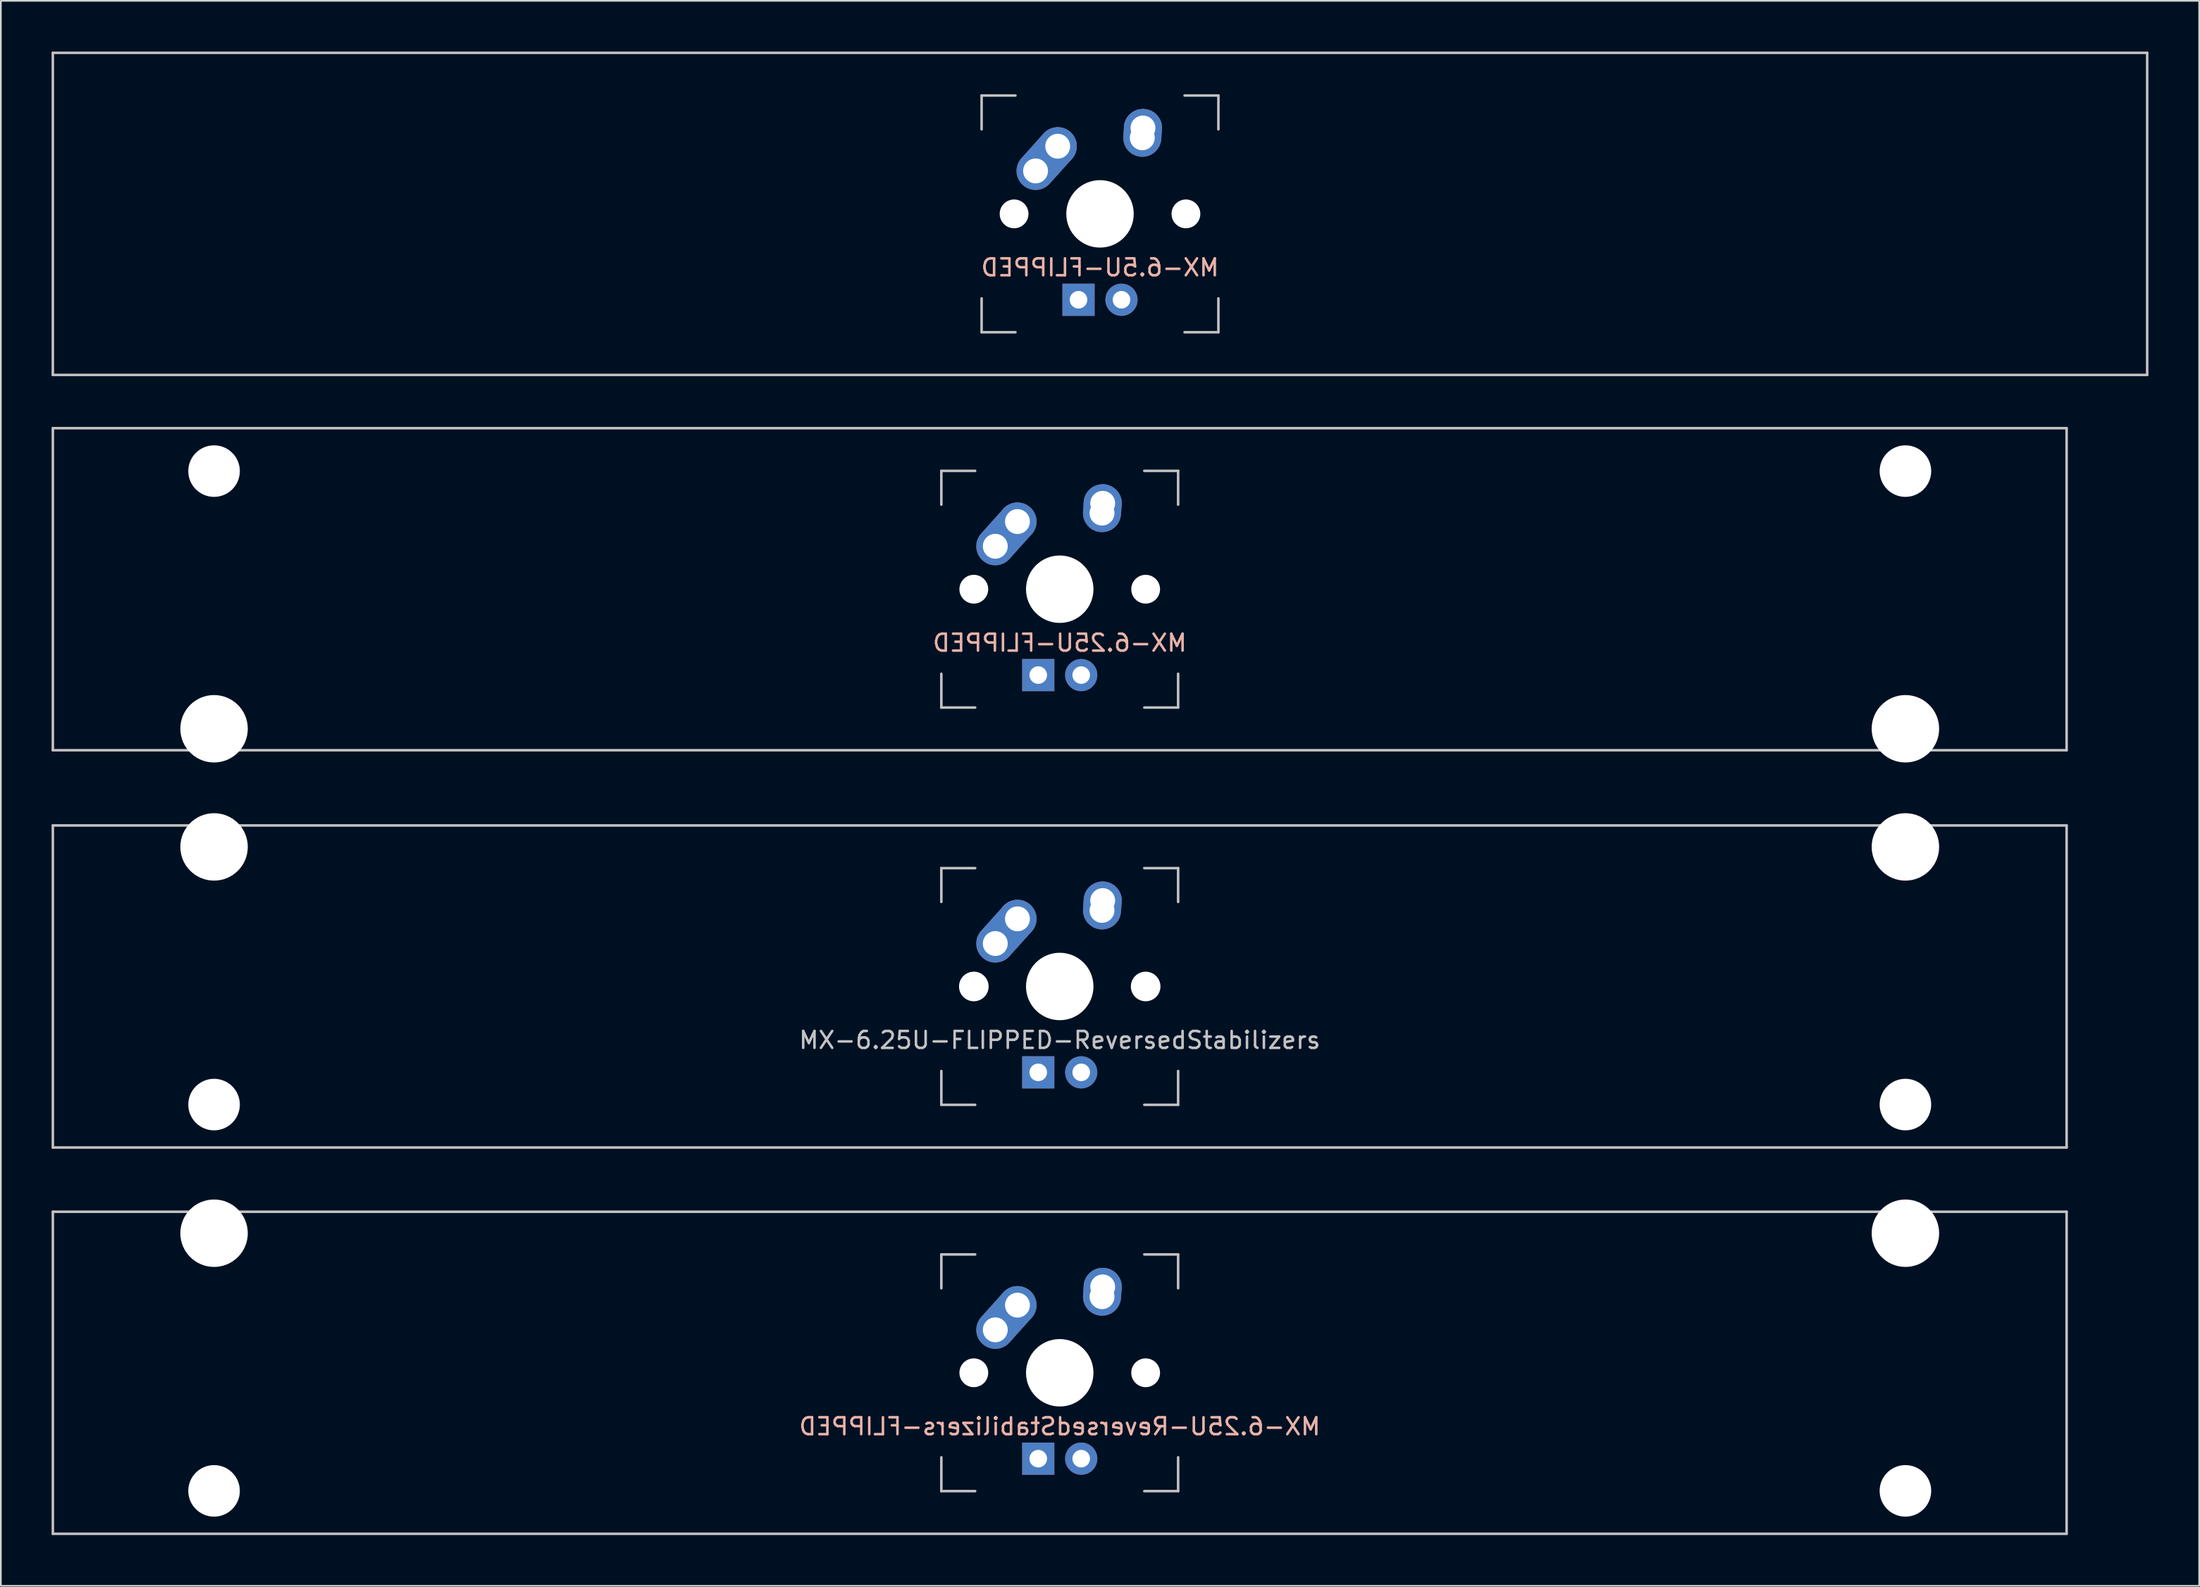
<source format=kicad_pcb>
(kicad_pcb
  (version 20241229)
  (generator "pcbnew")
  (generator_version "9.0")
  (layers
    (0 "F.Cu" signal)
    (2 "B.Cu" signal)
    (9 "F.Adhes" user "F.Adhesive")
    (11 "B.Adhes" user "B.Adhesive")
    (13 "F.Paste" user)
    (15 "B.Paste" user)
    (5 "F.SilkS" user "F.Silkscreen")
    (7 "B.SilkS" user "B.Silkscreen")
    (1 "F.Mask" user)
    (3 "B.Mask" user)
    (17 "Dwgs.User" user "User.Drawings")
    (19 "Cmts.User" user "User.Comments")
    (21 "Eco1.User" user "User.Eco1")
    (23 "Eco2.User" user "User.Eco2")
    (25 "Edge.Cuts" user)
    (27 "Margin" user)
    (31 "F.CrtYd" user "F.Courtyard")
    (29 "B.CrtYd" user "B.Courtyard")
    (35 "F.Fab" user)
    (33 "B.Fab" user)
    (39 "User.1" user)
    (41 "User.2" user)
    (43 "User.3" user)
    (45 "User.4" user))
  (footprint "MX-6.25U-ReversedStabilizers-FLIPPED"
    (layer "F.Cu")
    (at 59.606 78.147)
    (property "Reference" "MX-6.25U-ReversedStabilizers-FLIPPED" (at 0 3.175 0) (layer "B.SilkS") (effects (font (size 1 1) (thickness 0.15)) (justify mirror)))
    (attr through_hole)
    (fp_line (start -59.531 -9.525) (end 59.531 -9.525) (stroke (width 0.15) (type solid)) (layer "Dwgs.User"))
    (fp_line (start -59.531 9.525) (end -59.531 -9.525) (stroke (width 0.15) (type solid)) (layer "Dwgs.User"))
    (fp_line (start -59.531 9.525) (end 59.531 9.525) (stroke (width 0.15) (type solid)) (layer "Dwgs.User"))
    (fp_line (start -7 -7) (end -7 -5) (stroke (width 0.15) (type solid)) (layer "Dwgs.User"))
    (fp_line (start -7 5) (end -7 7) (stroke (width 0.15) (type solid)) (layer "Dwgs.User"))
    (fp_line (start -7 7) (end -5 7) (stroke (width 0.15) (type solid)) (layer "Dwgs.User"))
    (fp_line (start -5 -7) (end -7 -7) (stroke (width 0.15) (type solid)) (layer "Dwgs.User"))
    (fp_line (start 5 -7) (end 7 -7) (stroke (width 0.15) (type solid)) (layer "Dwgs.User"))
    (fp_line (start 5 7) (end 7 7) (stroke (width 0.15) (type solid)) (layer "Dwgs.User"))
    (fp_line (start 7 -7) (end 7 -5) (stroke (width 0.15) (type solid)) (layer "Dwgs.User"))
    (fp_line (start 7 7) (end 7 5) (stroke (width 0.15) (type solid)) (layer "Dwgs.User"))
    (fp_line (start 59.531 -9.525) (end 59.531 9.525) (stroke (width 0.15) (type solid)) (layer "Dwgs.User"))
    (pad "" np_thru_hole circle (at -50 -8.255) (size 3.988 3.988) (drill 3.988) (layers "*.Cu" "*.Mask"))
    (pad "" np_thru_hole circle (at -50 6.985) (size 3.048 3.048) (drill 3.048) (layers "*.Cu" "*.Mask"))
    (pad "" np_thru_hole circle (at -5.08 0 48.1) (size 1.702 1.702) (drill 1.702) (layers "*.Cu" "*.Mask"))
    (pad "" np_thru_hole circle (at 0 0) (size 3.988 3.988) (drill 3.988) (layers "*.Cu" "*.Mask"))
    (pad "" np_thru_hole circle (at 5.08 0 48.1) (size 1.702 1.702) (drill 1.702) (layers "*.Cu" "*.Mask"))
    (pad "" np_thru_hole circle (at 50 -8.255) (size 3.988 3.988) (drill 3.988) (layers "*.Cu" "*.Mask"))
    (pad "" np_thru_hole circle (at 50 6.985) (size 3.048 3.048) (drill 3.048) (layers "*.Cu" "*.Mask"))
    (pad "1" thru_hole oval (at -3.81 -2.54 48.1) (size 4.212 2.25) (drill 1.47 (offset 0.981 0)) (layers "*.Cu" "*.Mask"))
    (pad "1" thru_hole circle (at -2.5 -4) (size 2.25 2.25) (drill 1.47) (layers "*.Cu" "*.Mask"))
    (pad "2" thru_hole oval (at 2.5 -4.5 86.055) (size 2.831 2.25) (drill 1.47 (offset 0.291 0)) (layers "*.Cu" "*.Mask"))
    (pad "2" thru_hole circle (at 2.54 -5.08) (size 2.25 2.25) (drill 1.47) (layers "*.Cu" "*.Mask"))
    (pad "3" thru_hole circle (at 1.27 5.08) (size 1.905 1.905) (drill 1.04) (layers "*.Cu" "*.Mask"))
    (pad "4" thru_hole rect (at -1.27 5.08) (size 1.905 1.905) (drill 1.04) (layers "*.Cu" "*.Mask")))
  (footprint "MX-6.5U-FLIPPED"
    (layer "F.Cu")
    (at 61.987 9.6)
    (property "Reference" "MX-6.5U-FLIPPED" (at 0 3.175 0) (layer "B.SilkS") (effects (font (size 1 1) (thickness 0.15)) (justify mirror)))
    (attr through_hole)
    (fp_line (start -61.913 -9.525) (end 61.913 -9.525) (stroke (width 0.15) (type solid)) (layer "Dwgs.User"))
    (fp_line (start -61.913 9.525) (end -61.913 -9.525) (stroke (width 0.15) (type solid)) (layer "Dwgs.User"))
    (fp_line (start -7 -7) (end -7 -5) (stroke (width 0.15) (type solid)) (layer "Dwgs.User"))
    (fp_line (start -7 5) (end -7 7) (stroke (width 0.15) (type solid)) (layer "Dwgs.User"))
    (fp_line (start -7 7) (end -5 7) (stroke (width 0.15) (type solid)) (layer "Dwgs.User"))
    (fp_line (start -5 -7) (end -7 -7) (stroke (width 0.15) (type solid)) (layer "Dwgs.User"))
    (fp_line (start 5 -7) (end 7 -7) (stroke (width 0.15) (type solid)) (layer "Dwgs.User"))
    (fp_line (start 5 7) (end 7 7) (stroke (width 0.15) (type solid)) (layer "Dwgs.User"))
    (fp_line (start 7 -7) (end 7 -5) (stroke (width 0.15) (type solid)) (layer "Dwgs.User"))
    (fp_line (start 7 7) (end 7 5) (stroke (width 0.15) (type solid)) (layer "Dwgs.User"))
    (fp_line (start 61.913 -9.525) (end 61.913 9.525) (stroke (width 0.15) (type solid)) (layer "Dwgs.User"))
    (fp_line (start 61.913 9.525) (end -61.913 9.525) (stroke (width 0.15) (type solid)) (layer "Dwgs.User"))
    (pad "" np_thru_hole circle (at -5.08 0 48.1) (size 1.702 1.702) (drill 1.702) (layers "*.Cu" "*.Mask"))
    (pad "" np_thru_hole circle (at 0 0) (size 3.988 3.988) (drill 3.988) (layers "*.Cu" "*.Mask"))
    (pad "" np_thru_hole circle (at 5.08 0 48.1) (size 1.702 1.702) (drill 1.702) (layers "*.Cu" "*.Mask"))
    (pad "1" thru_hole oval (at -3.81 -2.54 48.1) (size 4.212 2.25) (drill 1.47 (offset 0.981 0)) (layers "*.Cu" "*.Mask"))
    (pad "1" thru_hole circle (at -2.5 -4) (size 2.25 2.25) (drill 1.47) (layers "*.Cu" "*.Mask"))
    (pad "2" thru_hole oval (at 2.5 -4.5 86.055) (size 2.831 2.25) (drill 1.47 (offset 0.291 0)) (layers "*.Cu" "*.Mask"))
    (pad "2" thru_hole circle (at 2.54 -5.08) (size 2.25 2.25) (drill 1.47) (layers "*.Cu" "*.Mask"))
    (pad "3" thru_hole circle (at 1.27 5.08) (size 1.905 1.905) (drill 1.04) (layers "*.Cu" "*.Mask"))
    (pad "4" thru_hole rect (at -1.27 5.08) (size 1.905 1.905) (drill 1.04) (layers "*.Cu" "*.Mask")))
  (footprint "MX-6.25U-FLIPPED"
    (layer "F.Cu")
    (at 59.606 31.8)
    (property "Reference" "MX-6.25U-FLIPPED" (at 0 3.175 0) (layer "B.SilkS") (effects (font (size 1 1) (thickness 0.15)) (justify mirror)))
    (attr through_hole)
    (fp_line (start -59.531 -9.525) (end 59.531 -9.525) (stroke (width 0.15) (type solid)) (layer "Dwgs.User"))
    (fp_line (start -59.531 9.525) (end -59.531 -9.525) (stroke (width 0.15) (type solid)) (layer "Dwgs.User"))
    (fp_line (start -59.531 9.525) (end 59.531 9.525) (stroke (width 0.15) (type solid)) (layer "Dwgs.User"))
    (fp_line (start -7 -7) (end -7 -5) (stroke (width 0.15) (type solid)) (layer "Dwgs.User"))
    (fp_line (start -7 5) (end -7 7) (stroke (width 0.15) (type solid)) (layer "Dwgs.User"))
    (fp_line (start -7 7) (end -5 7) (stroke (width 0.15) (type solid)) (layer "Dwgs.User"))
    (fp_line (start -5 -7) (end -7 -7) (stroke (width 0.15) (type solid)) (layer "Dwgs.User"))
    (fp_line (start 5 -7) (end 7 -7) (stroke (width 0.15) (type solid)) (layer "Dwgs.User"))
    (fp_line (start 5 7) (end 7 7) (stroke (width 0.15) (type solid)) (layer "Dwgs.User"))
    (fp_line (start 7 -7) (end 7 -5) (stroke (width 0.15) (type solid)) (layer "Dwgs.User"))
    (fp_line (start 7 7) (end 7 5) (stroke (width 0.15) (type solid)) (layer "Dwgs.User"))
    (fp_line (start 59.531 -9.525) (end 59.531 9.525) (stroke (width 0.15) (type solid)) (layer "Dwgs.User"))
    (pad "" np_thru_hole circle (at -50 -6.985) (size 3.048 3.048) (drill 3.048) (layers "*.Cu" "*.Mask"))
    (pad "" np_thru_hole circle (at -50 8.255) (size 3.988 3.988) (drill 3.988) (layers "*.Cu" "*.Mask"))
    (pad "" np_thru_hole circle (at -5.08 0 48.1) (size 1.702 1.702) (drill 1.702) (layers "*.Cu" "*.Mask"))
    (pad "" np_thru_hole circle (at 0 0) (size 3.988 3.988) (drill 3.988) (layers "*.Cu" "*.Mask"))
    (pad "" np_thru_hole circle (at 5.08 0 48.1) (size 1.702 1.702) (drill 1.702) (layers "*.Cu" "*.Mask"))
    (pad "" np_thru_hole circle (at 50 -6.985) (size 3.048 3.048) (drill 3.048) (layers "*.Cu" "*.Mask"))
    (pad "" np_thru_hole circle (at 50 8.255) (size 3.988 3.988) (drill 3.988) (layers "*.Cu" "*.Mask"))
    (pad "1" thru_hole oval (at -3.81 -2.54 48.1) (size 4.212 2.25) (drill 1.47 (offset 0.981 0)) (layers "*.Cu" "*.Mask"))
    (pad "1" thru_hole circle (at -2.5 -4) (size 2.25 2.25) (drill 1.47) (layers "*.Cu" "*.Mask"))
    (pad "2" thru_hole oval (at 2.5 -4.5 86.055) (size 2.831 2.25) (drill 1.47 (offset 0.291 0)) (layers "*.Cu" "*.Mask"))
    (pad "2" thru_hole circle (at 2.54 -5.08) (size 2.25 2.25) (drill 1.47) (layers "*.Cu" "*.Mask"))
    (pad "3" thru_hole circle (at 1.27 5.08) (size 1.905 1.905) (drill 1.04) (layers "*.Cu" "*.Mask"))
    (pad "4" thru_hole rect (at -1.27 5.08) (size 1.905 1.905) (drill 1.04) (layers "*.Cu" "*.Mask")))
  (footprint "MX-6.25U-FLIPPED-ReversedStabilizers"
    (layer "F.Cu")
    (at 59.606 55.298)
    (property "Reference" "MX-6.25U-FLIPPED-ReversedStabilizers" (at 0 3.175 0) (layer "Dwgs.User") (effects (font (size 1 1) (thickness 0.15))))
    (attr through_hole)
    (fp_line (start -59.531 -9.525) (end 59.531 -9.525) (stroke (width 0.15) (type solid)) (layer "Dwgs.User"))
    (fp_line (start -59.531 9.525) (end -59.531 -9.525) (stroke (width 0.15) (type solid)) (layer "Dwgs.User"))
    (fp_line (start -59.531 9.525) (end 59.531 9.525) (stroke (width 0.15) (type solid)) (layer "Dwgs.User"))
    (fp_line (start -7 -7) (end -7 -5) (stroke (width 0.15) (type solid)) (layer "Dwgs.User"))
    (fp_line (start -7 5) (end -7 7) (stroke (width 0.15) (type solid)) (layer "Dwgs.User"))
    (fp_line (start -7 7) (end -5 7) (stroke (width 0.15) (type solid)) (layer "Dwgs.User"))
    (fp_line (start -5 -7) (end -7 -7) (stroke (width 0.15) (type solid)) (layer "Dwgs.User"))
    (fp_line (start 5 -7) (end 7 -7) (stroke (width 0.15) (type solid)) (layer "Dwgs.User"))
    (fp_line (start 5 7) (end 7 7) (stroke (width 0.15) (type solid)) (layer "Dwgs.User"))
    (fp_line (start 7 -7) (end 7 -5) (stroke (width 0.15) (type solid)) (layer "Dwgs.User"))
    (fp_line (start 7 7) (end 7 5) (stroke (width 0.15) (type solid)) (layer "Dwgs.User"))
    (fp_line (start 59.531 -9.525) (end 59.531 9.525) (stroke (width 0.15) (type solid)) (layer "Dwgs.User"))
    (pad "" np_thru_hole circle (at -50 -8.255) (size 3.988 3.988) (drill 3.988) (layers "*.Cu" "*.Mask"))
    (pad "" np_thru_hole circle (at -50 6.985) (size 3.048 3.048) (drill 3.048) (layers "*.Cu" "*.Mask"))
    (pad "" np_thru_hole circle (at -5.08 0 48.1) (size 1.75 1.75) (drill 1.75) (layers "*.Cu" "*.Mask"))
    (pad "" np_thru_hole circle (at 0 0) (size 3.988 3.988) (drill 3.988) (layers "*.Cu" "*.Mask"))
    (pad "" np_thru_hole circle (at 5.08 0 48.1) (size 1.75 1.75) (drill 1.75) (layers "*.Cu" "*.Mask"))
    (pad "" np_thru_hole circle (at 50 -8.255) (size 3.988 3.988) (drill 3.988) (layers "*.Cu" "*.Mask"))
    (pad "" np_thru_hole circle (at 50 6.985) (size 3.048 3.048) (drill 3.048) (layers "*.Cu" "*.Mask"))
    (pad "1" thru_hole oval (at -3.81 -2.54 48.1) (size 4.212 2.25) (drill 1.47 (offset 0.981 0)) (layers "*.Cu" "B.Mask"))
    (pad "1" thru_hole circle (at -2.5 -4) (size 2.25 2.25) (drill 1.47) (layers "*.Cu" "B.Mask"))
    (pad "2" thru_hole oval (at 2.5 -4.5 86.055) (size 2.831 2.25) (drill 1.47 (offset 0.291 0)) (layers "*.Cu" "B.Mask"))
    (pad "2" thru_hole circle (at 2.54 -5.08) (size 2.25 2.25) (drill 1.47) (layers "*.Cu" "B.Mask"))
    (pad "3" thru_hole circle (at 1.27 5.08) (size 1.905 1.905) (drill 1.04) (layers "*.Cu" "B.Mask"))
    (pad "4" thru_hole rect (at -1.27 5.08) (size 1.905 1.905) (drill 1.04) (layers "*.Cu" "B.Mask")))
  (gr_rect
    (start -3 -3)
    (end 126.975 90.747)
    (stroke (width 0.1) (type default))
    (fill no)
    (layer "Edge.Cuts")))
</source>
